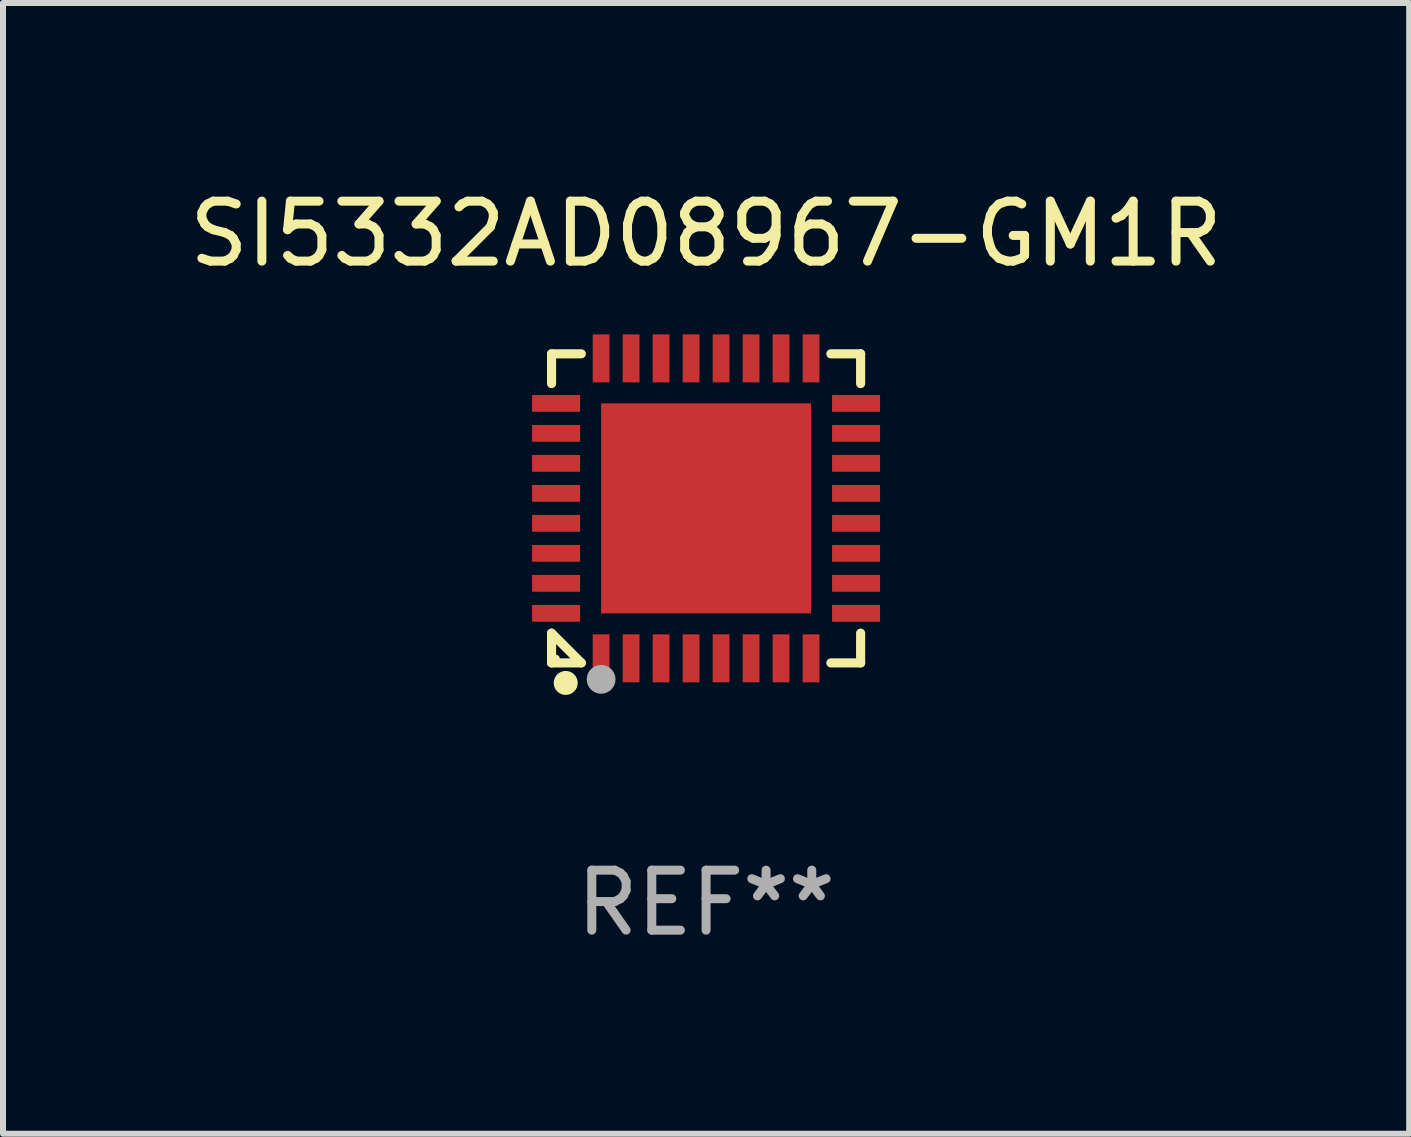
<source format=kicad_pcb>
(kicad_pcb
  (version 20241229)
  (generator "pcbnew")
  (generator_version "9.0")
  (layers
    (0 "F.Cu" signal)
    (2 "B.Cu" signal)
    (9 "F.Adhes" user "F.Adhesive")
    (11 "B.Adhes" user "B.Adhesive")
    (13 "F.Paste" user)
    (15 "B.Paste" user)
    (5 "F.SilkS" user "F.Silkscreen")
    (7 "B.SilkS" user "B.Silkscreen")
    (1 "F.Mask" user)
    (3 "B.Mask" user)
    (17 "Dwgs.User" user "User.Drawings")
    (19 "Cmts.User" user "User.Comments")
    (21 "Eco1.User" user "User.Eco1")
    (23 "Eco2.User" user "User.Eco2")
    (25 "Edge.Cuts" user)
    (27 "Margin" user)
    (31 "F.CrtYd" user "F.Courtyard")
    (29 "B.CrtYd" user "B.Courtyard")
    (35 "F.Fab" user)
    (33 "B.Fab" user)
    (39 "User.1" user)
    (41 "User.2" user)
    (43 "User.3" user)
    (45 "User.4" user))
  (footprint "SI5332AD08967-GM1R"
    (layer "F.Cu")
    (at 8.72 5.424)
    (property "Reference" "SI5332AD08967-GM1R" (at 0 -4.576 0) (layer "F.SilkS") (effects (font (size 1 1) (thickness 0.15))))
    (attr through_hole)
    (fp_line (start -2.576 -2.576) (end -2.08 -2.576) (stroke (width 0.152) (type solid)) (layer "F.SilkS"))
    (fp_line (start -2.576 -2.08) (end -2.576 -2.576) (stroke (width 0.152) (type solid)) (layer "F.SilkS"))
    (fp_line (start -2.576 2.08) (end -2.576 2.576) (stroke (width 0.152) (type solid)) (layer "F.SilkS"))
    (fp_line (start -2.576 2.08) (end -2.08 2.576) (stroke (width 0.152) (type solid)) (layer "F.SilkS"))
    (fp_line (start -2.576 2.576) (end -2.08 2.576) (stroke (width 0.152) (type solid)) (layer "F.SilkS"))
    (fp_line (start 2.576 -2.576) (end 2.08 -2.576) (stroke (width 0.152) (type solid)) (layer "F.SilkS"))
    (fp_line (start 2.576 -2.08) (end 2.576 -2.576) (stroke (width 0.152) (type solid)) (layer "F.SilkS"))
    (fp_line (start 2.576 2.08) (end 2.576 2.576) (stroke (width 0.152) (type solid)) (layer "F.SilkS"))
    (fp_line (start 2.576 2.576) (end 2.08 2.576) (stroke (width 0.152) (type solid)) (layer "F.SilkS"))
    (fp_circle (center -2.5 2.5) (end -2.47 2.5) (stroke (width 0.06) (type solid)) (fill no) (layer "F.SilkS"))
    (fp_circle (center -2.34 2.91) (end -2.24 2.91) (stroke (width 0.2) (type solid)) (fill no) (layer "F.SilkS"))
    (fp_circle (center -1.75 2.85) (end -1.63 2.85) (stroke (width 0.24) (type solid)) (fill no) (layer "F.Fab"))
    (fp_text user "REF**" (at 0 6.576 0) (layer "F.Fab") (effects (font (size 1 1) (thickness 0.15))))
    (pad "1" smd rect (at -1.75 2.5) (size 0.28 0.8) (layers "F.Cu" "F.Mask" "F.Paste"))
    (pad "2" smd rect (at -1.25 2.5) (size 0.28 0.8) (layers "F.Cu" "F.Mask" "F.Paste"))
    (pad "3" smd rect (at -0.75 2.5) (size 0.28 0.8) (layers "F.Cu" "F.Mask" "F.Paste"))
    (pad "4" smd rect (at -0.25 2.5) (size 0.28 0.8) (layers "F.Cu" "F.Mask" "F.Paste"))
    (pad "5" smd rect (at 0.25 2.5) (size 0.28 0.8) (layers "F.Cu" "F.Mask" "F.Paste"))
    (pad "6" smd rect (at 0.75 2.5) (size 0.28 0.8) (layers "F.Cu" "F.Mask" "F.Paste"))
    (pad "7" smd rect (at 1.25 2.5) (size 0.28 0.8) (layers "F.Cu" "F.Mask" "F.Paste"))
    (pad "8" smd rect (at 1.75 2.5) (size 0.28 0.8) (layers "F.Cu" "F.Mask" "F.Paste"))
    (pad "9" smd rect (at 2.5 1.75) (size 0.8 0.28) (layers "F.Cu" "F.Mask" "F.Paste"))
    (pad "10" smd rect (at 2.5 1.25) (size 0.8 0.28) (layers "F.Cu" "F.Mask" "F.Paste"))
    (pad "11" smd rect (at 2.5 0.75) (size 0.8 0.28) (layers "F.Cu" "F.Mask" "F.Paste"))
    (pad "12" smd rect (at 2.5 0.25) (size 0.8 0.28) (layers "F.Cu" "F.Mask" "F.Paste"))
    (pad "13" smd rect (at 2.5 -0.25) (size 0.8 0.28) (layers "F.Cu" "F.Mask" "F.Paste"))
    (pad "14" smd rect (at 2.5 -0.75) (size 0.8 0.28) (layers "F.Cu" "F.Mask" "F.Paste"))
    (pad "15" smd rect (at 2.5 -1.25) (size 0.8 0.28) (layers "F.Cu" "F.Mask" "F.Paste"))
    (pad "16" smd rect (at 2.5 -1.75) (size 0.8 0.28) (layers "F.Cu" "F.Mask" "F.Paste"))
    (pad "17" smd rect (at 1.75 -2.5) (size 0.28 0.8) (layers "F.Cu" "F.Mask" "F.Paste"))
    (pad "18" smd rect (at 1.25 -2.5) (size 0.28 0.8) (layers "F.Cu" "F.Mask" "F.Paste"))
    (pad "19" smd rect (at 0.75 -2.5) (size 0.28 0.8) (layers "F.Cu" "F.Mask" "F.Paste"))
    (pad "20" smd rect (at 0.25 -2.5) (size 0.28 0.8) (layers "F.Cu" "F.Mask" "F.Paste"))
    (pad "21" smd rect (at -0.25 -2.5) (size 0.28 0.8) (layers "F.Cu" "F.Mask" "F.Paste"))
    (pad "22" smd rect (at -0.75 -2.5) (size 0.28 0.8) (layers "F.Cu" "F.Mask" "F.Paste"))
    (pad "23" smd rect (at -1.25 -2.5) (size 0.28 0.8) (layers "F.Cu" "F.Mask" "F.Paste"))
    (pad "24" smd rect (at -1.75 -2.5) (size 0.28 0.8) (layers "F.Cu" "F.Mask" "F.Paste"))
    (pad "25" smd rect (at -2.5 -1.75) (size 0.8 0.28) (layers "F.Cu" "F.Mask" "F.Paste"))
    (pad "26" smd rect (at -2.5 -1.25) (size 0.8 0.28) (layers "F.Cu" "F.Mask" "F.Paste"))
    (pad "27" smd rect (at -2.5 -0.75) (size 0.8 0.28) (layers "F.Cu" "F.Mask" "F.Paste"))
    (pad "28" smd rect (at -2.5 -0.25) (size 0.8 0.28) (layers "F.Cu" "F.Mask" "F.Paste"))
    (pad "29" smd rect (at -2.5 0.25) (size 0.8 0.28) (layers "F.Cu" "F.Mask" "F.Paste"))
    (pad "30" smd rect (at -2.5 0.75) (size 0.8 0.28) (layers "F.Cu" "F.Mask" "F.Paste"))
    (pad "31" smd rect (at -2.5 1.25) (size 0.8 0.28) (layers "F.Cu" "F.Mask" "F.Paste"))
    (pad "32" smd rect (at -2.5 1.75) (size 0.8 0.28) (layers "F.Cu" "F.Mask" "F.Paste"))
    (pad "33" smd rect (at 0 0) (size 3.5 3.5) (layers "F.Cu" "F.Mask" "F.Paste")))
  (gr_rect
    (start -3 -3)
    (end 20.44 15.849)
    (stroke (width 0.1) (type default))
    (fill no)
    (layer "Edge.Cuts")))
</source>
